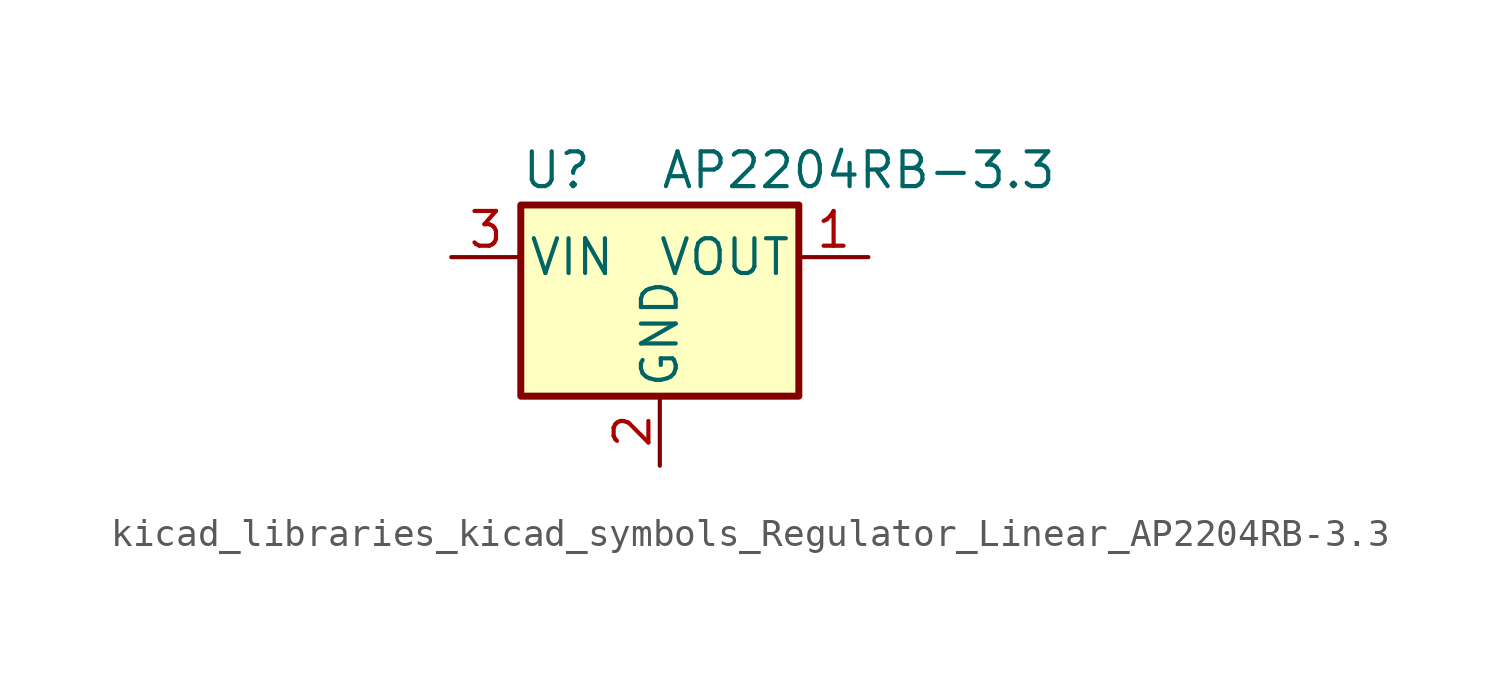
<source format=kicad_sym>
(kicad_symbol_lib
  (version 20220914)
  (generator kicad_symbol_editor)
  (symbol "kicad_libraries_kicad_symbols_Regulator_Linear_AP2204RB-3.3"
    (pin_names
      (offset 0.254))
    (property "Reference" "U"
      (at -5.08 3.175 0)
      (effects (font (size 1.27 1.27)) (justify left)))
    (property "Value" "AP2204RB-3.3"
      (at 0 3.175 0)
      (effects (font (size 1.27 1.27)) (justify left)))
    (symbol "kicad_libraries_kicad_symbols_Regulator_Linear_AP2204RB-3.3_0_1"
      (rectangle (start -5.08 1.905) (end 5.08 -5.08) (stroke (width 0.254) (type default)) (fill (type background))))
    (symbol "kicad_libraries_kicad_symbols_Regulator_Linear_AP2204RB-3.3_1_1"
      (pin power_out line (at 7.62 0 180) (length 2.54) (name "VOUT" (effects (font (size 1.27 1.27)))) (number "1" (effects (font (size 1.27 1.27)))))
      (pin power_in line (at 0 -7.62 90) (length 2.54) (name "GND" (effects (font (size 1.27 1.27)))) (number "2" (effects (font (size 1.27 1.27)))))
      (pin power_in line (at -7.62 0 0) (length 2.54) (name "VIN" (effects (font (size 1.27 1.27)))) (number "3" (effects (font (size 1.27 1.27))))))))
</source>
